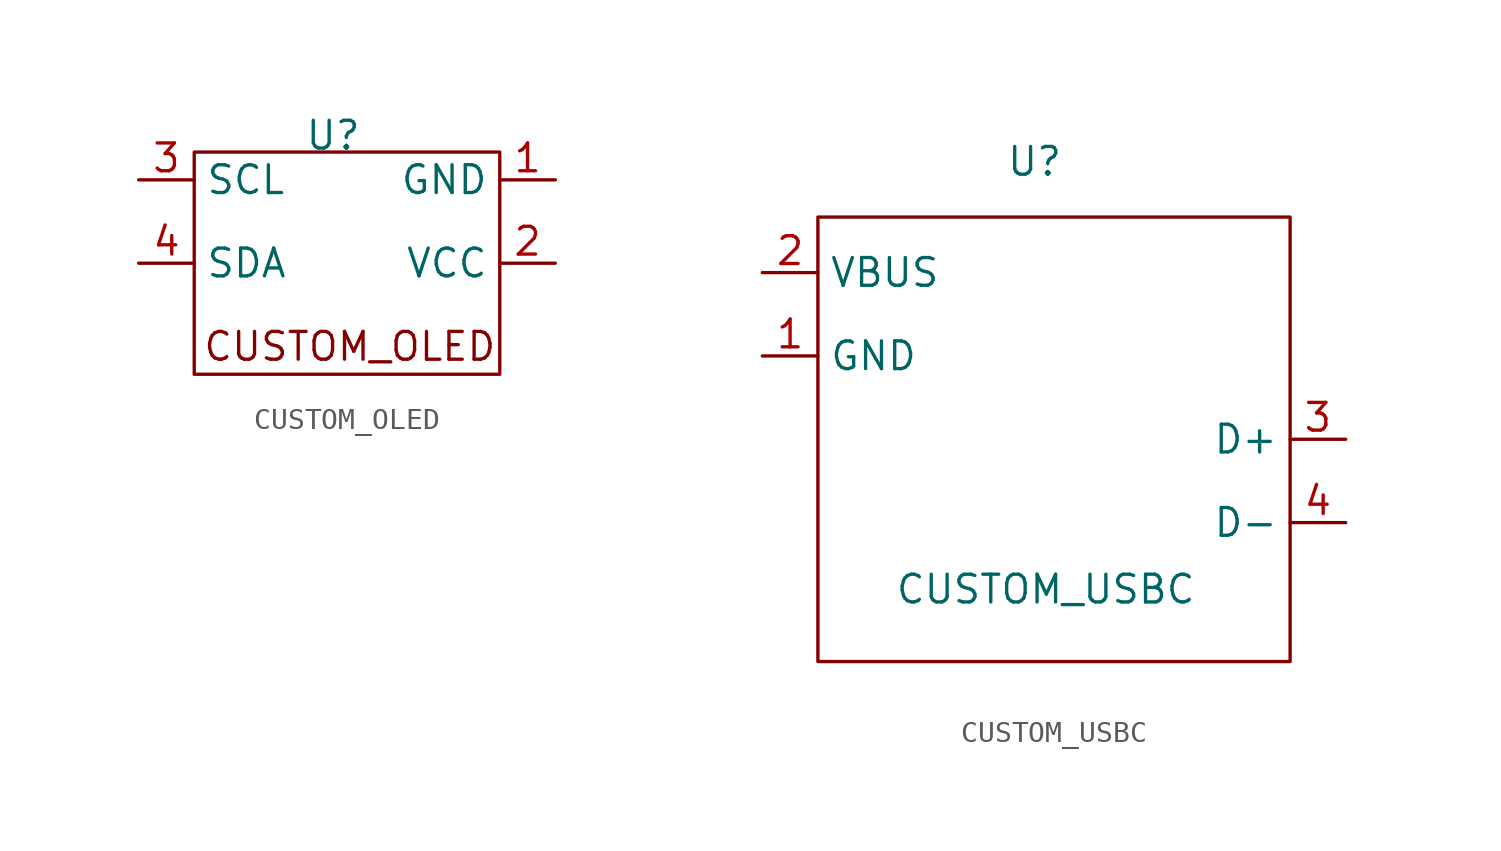
<source format=kicad_sym>
(kicad_symbol_lib
  (version 20231120)
  (generator "kicad_symbol_editor")
  (generator_version "8.0")
  (symbol "CUSTOM_OLED"
    (property "Reference" "U"
      (at 0 4.572 0)
      (effects (font (size 1.27 1.27))))
    (property "Value" ""
      (at 0 0 0)
      (effects (font (size 1.27 1.27))))
    (symbol "CUSTOM_OLED_0_1"
      (rectangle (start -6.35 3.81) (end 7.62 -6.35) (stroke (width 0) (type default)) (fill (type none))))
    (symbol "CUSTOM_OLED_1_1"
      (text "CUSTOM_OLED\n" (at 0.762 -5.08 0) (effects (font (size 1.27 1.27))))
      (pin input line (at 10.16 2.54 180) (length 2.54) (name "GND" (effects (font (size 1.27 1.27)))) (number "1" (effects (font (size 1.27 1.27)))))
      (pin input line (at 10.16 -1.27 180) (length 2.54) (name "VCC" (effects (font (size 1.27 1.27)))) (number "2" (effects (font (size 1.27 1.27)))))
      (pin input line (at -8.89 2.54 0) (length 2.54) (name "SCL" (effects (font (size 1.27 1.27)))) (number "3" (effects (font (size 1.27 1.27)))))
      (pin input line (at -8.89 -1.27 0) (length 2.54) (name "SDA" (effects (font (size 1.27 1.27)))) (number "4" (effects (font (size 1.27 1.27)))))))
  (symbol "CUSTOM_USBC"
    (property "Reference" "U"
      (at -0.254 7.62 0)
      (effects (font (size 1.27 1.27))))
    (property "Value" "CUSTOM_USBC"
      (at 0.254 -11.938 0)
      (effects (font (size 1.27 1.27))))
    (symbol "CUSTOM_USBC_0_1"
      (rectangle (start -10.16 5.08) (end 11.43 -15.24) (stroke (width 0) (type default)) (fill (type none))))
    (symbol "CUSTOM_USBC_1_1"
      (pin input line (at -12.7 -1.27 0) (length 2.54) (name "GND" (effects (font (size 1.27 1.27)))) (number "1" (effects (font (size 1.27 1.27)))))
      (pin input line (at -12.7 2.54 0) (length 2.54) (name "VBUS" (effects (font (size 1.27 1.27)))) (number "2" (effects (font (size 1.27 1.27)))))
      (pin input line (at 13.97 -5.08 180) (length 2.54) (name "D+" (effects (font (size 1.27 1.27)))) (number "3" (effects (font (size 1.27 1.27)))))
      (pin input line (at 13.97 -8.89 180) (length 2.54) (name "D-" (effects (font (size 1.27 1.27)))) (number "4" (effects (font (size 1.27 1.27))))))))
</source>
